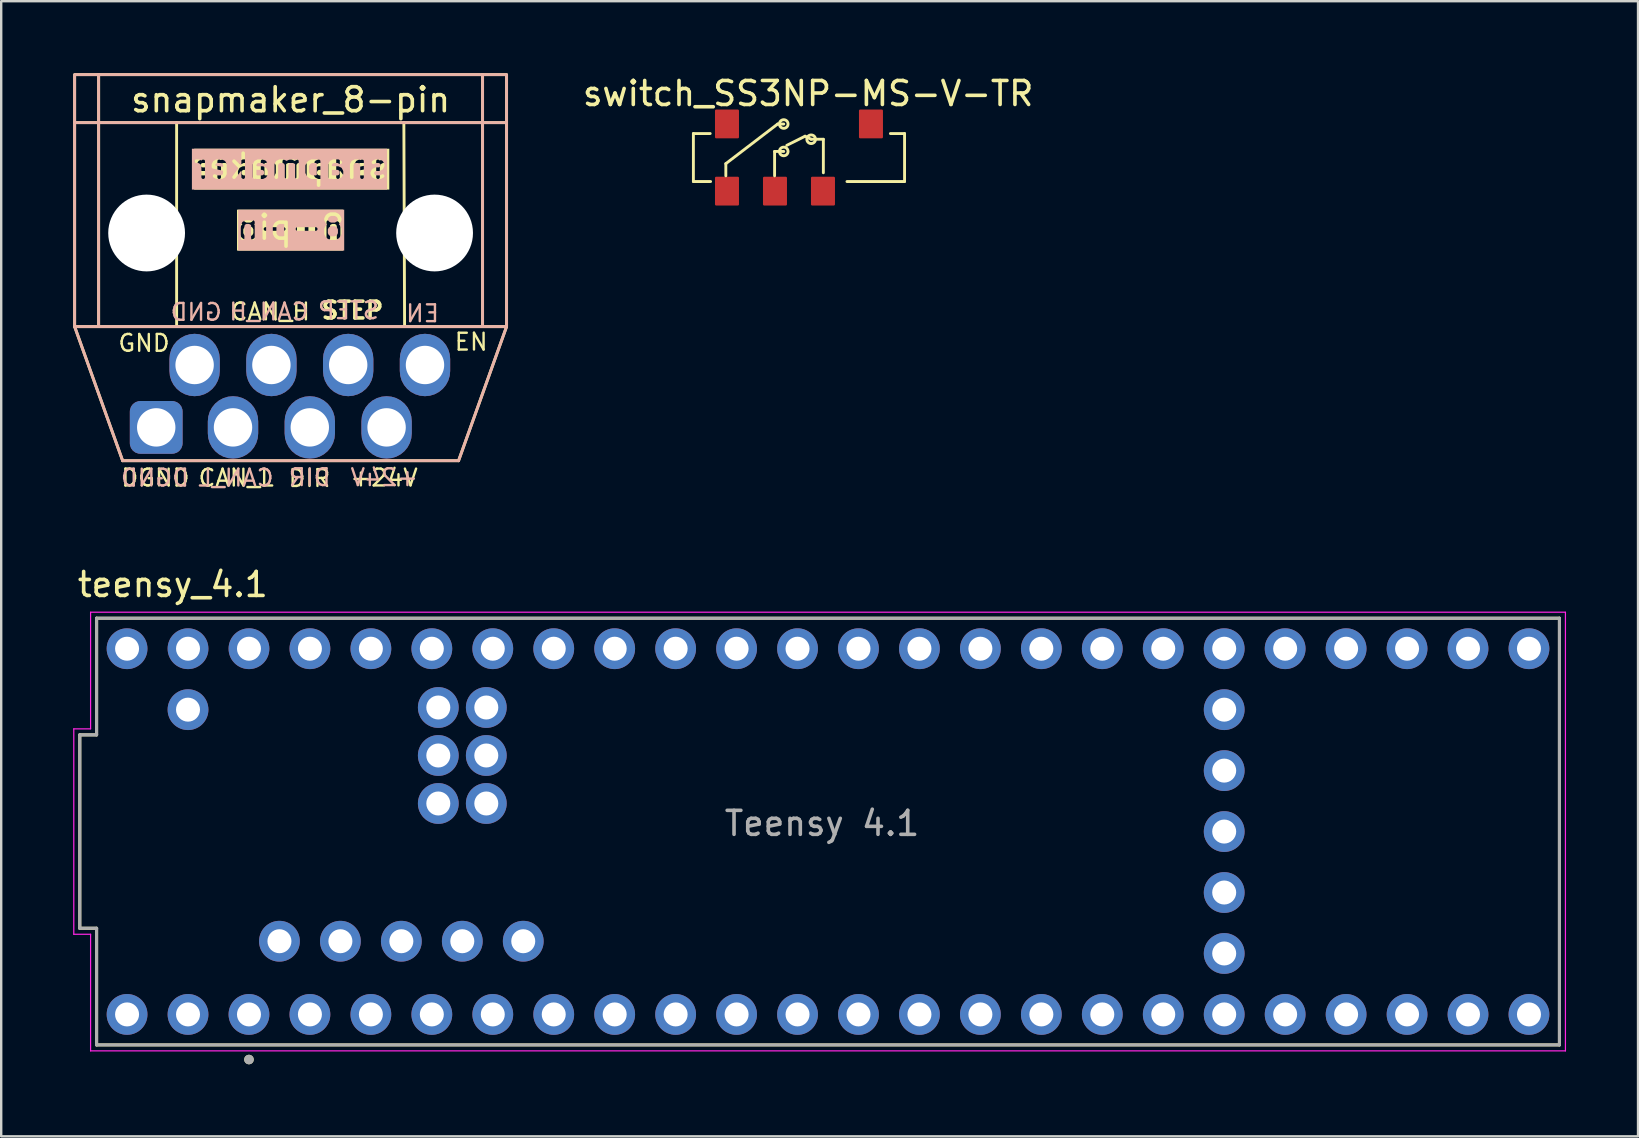
<source format=kicad_pcb>
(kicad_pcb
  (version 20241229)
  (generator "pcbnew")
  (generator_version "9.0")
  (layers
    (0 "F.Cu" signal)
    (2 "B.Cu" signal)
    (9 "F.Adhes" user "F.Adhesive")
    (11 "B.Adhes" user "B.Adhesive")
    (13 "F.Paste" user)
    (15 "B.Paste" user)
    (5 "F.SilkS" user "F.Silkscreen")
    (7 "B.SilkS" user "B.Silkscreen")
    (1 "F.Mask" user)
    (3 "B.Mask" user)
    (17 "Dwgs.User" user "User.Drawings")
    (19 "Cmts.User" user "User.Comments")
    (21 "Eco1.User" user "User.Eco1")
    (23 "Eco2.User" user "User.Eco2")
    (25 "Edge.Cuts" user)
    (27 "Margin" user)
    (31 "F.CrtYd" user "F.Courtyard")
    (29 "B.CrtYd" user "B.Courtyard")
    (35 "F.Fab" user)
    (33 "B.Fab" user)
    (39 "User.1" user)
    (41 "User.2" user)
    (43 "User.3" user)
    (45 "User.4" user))
  (footprint "switch_SS3NP-MS-V-TR"
    (layer "F.Cu")
    (at 30.245 3.515)
    (property "Reference" "switch_SS3NP-MS-V-TR" (at 0.381 -2.667 0) (unlocked yes) (layer "F.SilkS") (effects (font (size 1 1) (thickness 0.15))))
    (attr smd)
    (fp_line (start -4.4 -1) (end -4.4 1) (stroke (width 0.12) (type default)) (layer "F.SilkS"))
    (fp_line (start -4.4 1) (end -3.683 1) (stroke (width 0.12) (type default)) (layer "F.SilkS"))
    (fp_line (start -3.7 -1) (end -4.4 -1) (stroke (width 0.12) (type default)) (layer "F.SilkS"))
    (fp_line (start -3.048 0.254) (end -0.889 -1.397) (stroke (width 0.12) (type default)) (layer "F.SilkS"))
    (fp_line (start -3.048 0.762) (end -3.048 0.254) (stroke (width 0.12) (type default)) (layer "F.SilkS"))
    (fp_line (start -1.016 -0.254) (end -0.635 -0.254) (stroke (width 0.12) (type default)) (layer "F.SilkS"))
    (fp_line (start -1.016 0.762) (end -1.016 -0.254) (stroke (width 0.12) (type default)) (layer "F.SilkS"))
    (fp_line (start -0.889 -1.397) (end -0.635 -1.397) (stroke (width 0.12) (type default)) (layer "F.SilkS"))
    (fp_line (start 0.254 -0.889) (end -0.508 -0.508) (stroke (width 0.12) (type default)) (layer "F.SilkS"))
    (fp_line (start 0.254 -0.889) (end 0.508 -0.762) (stroke (width 0.12) (type default)) (layer "F.SilkS"))
    (fp_line (start 0.508 -0.762) (end 1.016 -0.762) (stroke (width 0.12) (type default)) (layer "F.SilkS"))
    (fp_line (start 1.016 -0.762) (end 1.016 0.635) (stroke (width 0.12) (type default)) (layer "F.SilkS"))
    (fp_line (start 3.81 -1) (end 4.4 -1) (stroke (width 0.12) (type default)) (layer "F.SilkS"))
    (fp_line (start 4.4 -1) (end 4.4 1) (stroke (width 0.12) (type default)) (layer "F.SilkS"))
    (fp_line (start 4.4 1) (end 2 1) (stroke (width 0.12) (type default)) (layer "F.SilkS"))
    (fp_circle (center -0.635 -1.397) (end -0.508 -1.27) (stroke (width 0.12) (type default)) (fill no) (layer "F.SilkS"))
    (fp_circle (center -0.635 -0.254) (end -0.508 -0.127) (stroke (width 0.12) (type default)) (fill no) (layer "F.SilkS"))
    (fp_circle (center 0.508 -0.762) (end 0.635 -0.635) (stroke (width 0.12) (type default)) (fill no) (layer "F.SilkS"))
    (pad "1" smd roundrect (at -3 -1.4) (size 1 1.2) (layers "F.Cu" "F.Mask" "F.Paste") (roundrect_rratio 0.05))
    (pad "1" smd roundrect (at -3 1.4) (size 1 1.2) (layers "F.Cu" "F.Mask" "F.Paste") (roundrect_rratio 0.05))
    (pad "2" smd roundrect (at 1 1.4) (size 1 1.2) (layers "F.Cu" "F.Mask" "F.Paste") (roundrect_rratio 0.05))
    (pad "2" smd roundrect (at 3 -1.4) (size 1 1.2) (layers "F.Cu" "F.Mask" "F.Paste") (roundrect_rratio 0.05))
    (pad "3" smd roundrect (at -1 1.4) (size 1 1.2) (layers "F.Cu" "F.Mask" "F.Paste") (roundrect_rratio 0.05)))
  (footprint "snapmaker_8-pin"
    (layer "F.Cu")
    (at 9.06 10.56)
    (property "Reference" "snapmaker_8-pin" (at 0 -9.452 0) (unlocked yes) (layer "F.SilkS") (effects (font (size 1 1) (thickness 0.15))))
    (attr smd)
    (fp_line (start -9 -8.5) (end 9 -8.5) (stroke (width 0.12) (type default)) (layer "F.SilkS"))
    (fp_line (start -9 0) (end -7 5.588) (stroke (width 0.12) (type default)) (layer "F.SilkS"))
    (fp_line (start -8 -10.5) (end -8 0) (stroke (width 0.12) (type default)) (layer "F.SilkS"))
    (fp_line (start -7 5.588) (end 7 5.588) (stroke (width 0.12) (type default)) (layer "F.SilkS"))
    (fp_line (start -4.75 -8.5) (end -4.75 0) (stroke (width 0.12) (type default)) (layer "F.SilkS"))
    (fp_line (start 4.72 -8.5) (end 4.75 0) (stroke (width 0.12) (type default)) (layer "F.SilkS"))
    (fp_line (start 7 5.588) (end 9 0) (stroke (width 0.12) (type default)) (layer "F.SilkS"))
    (fp_line (start 8 -10.5) (end 8 0) (stroke (width 0.12) (type default)) (layer "F.SilkS"))
    (fp_rect (start -9 -10.5) (end 9 0) (stroke (width 0.12) (type default)) (fill no) (layer "F.SilkS"))
    (fp_line (start -8 -10.5) (end -8 0) (stroke (width 0.12) (type default)) (layer "B.SilkS"))
    (fp_line (start -7 5.588) (end -9 0) (stroke (width 0.12) (type default)) (layer "B.SilkS"))
    (fp_line (start 7 5.588) (end -7 5.588) (stroke (width 0.12) (type default)) (layer "B.SilkS"))
    (fp_line (start 8 -10.5) (end 8 0) (stroke (width 0.12) (type default)) (layer "B.SilkS"))
    (fp_line (start 9 -8.5) (end -9 -8.5) (stroke (width 0.12) (type default)) (layer "B.SilkS"))
    (fp_line (start 9 0) (end 7 5.588) (stroke (width 0.12) (type default)) (layer "B.SilkS"))
    (fp_rect (start 9 -10.5) (end -9 0) (stroke (width 0.12) (type default)) (fill no) (layer "B.SilkS"))
    (fp_text user "8-pin" (at 0 -3.556 0) (unlocked yes) (layer "F.SilkS" knockout) (effects (font (size 1 1) (thickness 0.15)) (justify bottom)))
    (fp_text user "GND" (at -6.109 1.098 0) (unlocked yes) (layer "F.SilkS") (effects (font (size 0.7 0.7) (thickness 0.1)) (justify bottom)))
    (fp_text user "+24V" (at 3.896 6.708 0) (unlocked yes) (layer "F.SilkS") (effects (font (size 0.7 0.7) (thickness 0.1)) (justify bottom)))
    (fp_text user "DGND" (at -5.633 6.709 0) (unlocked yes) (layer "F.SilkS") (effects (font (size 0.7 0.7) (thickness 0.1)) (justify bottom)))
    (fp_text user "STEP" (at 1.213 -0.267 0) (unlocked yes) (layer "F.SilkS") (effects (font (size 0.7 0.7) (thickness 0.15)) (justify left bottom)))
    (fp_text user "CAN_H" (at -2.562 -0.212 0) (unlocked yes) (layer "F.SilkS") (effects (font (size 0.7 0.7) (thickness 0.1)) (justify left bottom)))
    (fp_text user "CAN_L" (at -2.268 6.712 0) (unlocked yes) (layer "F.SilkS") (effects (font (size 0.7 0.7) (thickness 0.1)) (justify bottom)))
    (fp_text user "snapmaker" (at 0 -6.096 0) (unlocked yes) (layer "F.SilkS" knockout) (effects (font (size 1 1) (thickness 0.15)) (justify bottom)))
    (fp_text user "EN" (at 6.776 1.046 0) (unlocked yes) (layer "F.SilkS") (effects (font (size 0.7 0.7) (thickness 0.1)) (justify left bottom)))
    (fp_text user "DIR" (at 0.786 6.73 0) (unlocked yes) (layer "F.SilkS") (effects (font (size 0.7 0.7) (thickness 0.1)) (justify bottom)))
    (fp_text user "8-pin" (at 0 -3.556 0) (unlocked yes) (layer "B.SilkS" knockout) (effects (font (size 1 1) (thickness 0.15)) (justify bottom mirror)))
    (fp_text user "CAN_L" (at -2.279 6.711 0) (unlocked yes) (layer "B.SilkS") (effects (font (size 0.7 0.7) (thickness 0.1)) (justify bottom mirror)))
    (fp_text user "GND" (at -3.933 -0.194 0) (unlocked yes) (layer "B.SilkS") (effects (font (size 0.7 0.7) (thickness 0.1)) (justify bottom mirror)))
    (fp_text user "DIR" (at 0.795 6.694 0) (unlocked yes) (layer "B.SilkS") (effects (font (size 0.7 0.7) (thickness 0.1)) (justify bottom mirror)))
    (fp_text user "STEP" (at 2.408 -0.263 0) (unlocked yes) (layer "B.SilkS") (effects (font (size 0.7 0.7) (thickness 0.1)) (justify bottom mirror)))
    (fp_text user "+24V" (at 3.902 6.694 0) (unlocked yes) (layer "B.SilkS") (effects (font (size 0.7 0.7) (thickness 0.1)) (justify bottom mirror)))
    (fp_text user "EN" (at 6.248 -0.138 0) (unlocked yes) (layer "B.SilkS") (effects (font (size 0.7 0.7) (thickness 0.1)) (justify left bottom mirror)))
    (fp_text user "snapmaker" (at 0 -6.096 0) (unlocked yes) (layer "B.SilkS" knockout) (effects (font (size 1 1) (thickness 0.15)) (justify bottom mirror)))
    (fp_text user "DGND" (at -5.653 6.711 0) (unlocked yes) (layer "B.SilkS") (effects (font (size 0.7 0.7) (thickness 0.1)) (justify bottom mirror)))
    (fp_text user "CAN_H" (at -0.904 -0.21 0) (unlocked yes) (layer "B.SilkS") (effects (font (size 0.7 0.7) (thickness 0.1)) (justify bottom mirror)))
    (pad "" np_thru_hole circle (at -6 -3.9) (size 3.2 3.2) (drill 3.2) (layers "*.Cu" "*.Mask"))
    (pad "" np_thru_hole circle (at 6 -3.9) (size 3.2 3.2) (drill 3.2) (layers "*.Cu" "*.Mask"))
    (pad "1" thru_hole roundrect (at -5.6 4.2 270) (size 2.2 2.2) (drill 1.6) (layers "*.Cu" "*.Mask") (roundrect_rratio 0.2))
    (pad "2" thru_hole roundrect (at -4 1.6) (size 2.1 2.6) (drill 1.6) (layers "*.Cu" "*.Mask") (roundrect_rratio 0.5))
    (pad "3" thru_hole roundrect (at -2.4 4.2 180) (size 2.1 2.6) (drill 1.6) (layers "*.Cu" "*.Mask") (roundrect_rratio 0.5))
    (pad "4" thru_hole roundrect (at -0.8 1.6 180) (size 2.1 2.6) (drill 1.6) (layers "*.Cu" "*.Mask") (roundrect_rratio 0.5))
    (pad "5" thru_hole roundrect (at 0.8 4.2 180) (size 2.1 2.6) (drill 1.6) (layers "*.Cu" "*.Mask") (roundrect_rratio 0.5))
    (pad "6" thru_hole roundrect (at 2.4 1.6 180) (size 2.1 2.6) (drill 1.6) (layers "*.Cu" "*.Mask") (roundrect_rratio 0.5))
    (pad "7" thru_hole roundrect (at 4 4.2 180) (size 2.1 2.6) (drill 1.6) (layers "*.Cu" "*.Mask") (roundrect_rratio 0.5))
    (pad "8" thru_hole roundrect (at 5.6 1.6 180) (size 2.1 2.6) (drill 1.6) (layers "*.Cu" "*.Mask") (roundrect_rratio 0.5)))
  (footprint "teensy_4.1"
    (layer "F.Cu")
    (at 31.455 31.603)
    (property "Reference" "teensy_4.1" (at -27.305 -10.295 0) (layer "F.SilkS") (effects (font (size 1 1) (thickness 0.15))))
    (attr through_hole)
    (fp_line (start -31.18 4.03) (end -31.18 -4.03) (stroke (width 0.127) (type solid)) (layer "F.SilkS"))
    (fp_line (start -30.48 -8.89) (end -30.48 -4.03) (stroke (width 0.127) (type solid)) (layer "F.SilkS"))
    (fp_line (start -30.48 -8.89) (end 30.48 -8.89) (stroke (width 0.127) (type solid)) (layer "F.SilkS"))
    (fp_line (start -30.48 -4.03) (end -31.18 -4.03) (stroke (width 0.127) (type solid)) (layer "F.SilkS"))
    (fp_line (start -30.48 4.03) (end -31.18 4.03) (stroke (width 0.127) (type solid)) (layer "F.SilkS"))
    (fp_line (start -30.48 8.89) (end -30.48 4.03) (stroke (width 0.127) (type solid)) (layer "F.SilkS"))
    (fp_line (start 30.48 -8.89) (end 30.48 8.89) (stroke (width 0.127) (type solid)) (layer "F.SilkS"))
    (fp_line (start 30.48 8.89) (end -30.48 8.89) (stroke (width 0.127) (type solid)) (layer "F.SilkS"))
    (fp_circle (center -24.13 9.5) (end -24.03 9.5) (stroke (width 0.2) (type solid)) (fill no) (layer "F.SilkS"))
    (fp_line (start -31.43 4.28) (end -31.43 -4.28) (stroke (width 0.05) (type solid)) (layer "F.CrtYd"))
    (fp_line (start -30.73 -9.14) (end -30.73 -4.28) (stroke (width 0.05) (type solid)) (layer "F.CrtYd"))
    (fp_line (start -30.73 -9.14) (end 30.73 -9.14) (stroke (width 0.05) (type solid)) (layer "F.CrtYd"))
    (fp_line (start -30.73 -4.28) (end -31.43 -4.28) (stroke (width 0.05) (type solid)) (layer "F.CrtYd"))
    (fp_line (start -30.73 4.28) (end -31.43 4.28) (stroke (width 0.05) (type solid)) (layer "F.CrtYd"))
    (fp_line (start -30.73 9.14) (end -30.73 4.28) (stroke (width 0.05) (type solid)) (layer "F.CrtYd"))
    (fp_line (start 30.73 -9.14) (end 30.73 9.14) (stroke (width 0.05) (type solid)) (layer "F.CrtYd"))
    (fp_line (start 30.73 9.14) (end -30.73 9.14) (stroke (width 0.05) (type solid)) (layer "F.CrtYd"))
    (fp_line (start -31.18 4.03) (end -31.18 -4.03) (stroke (width 0.127) (type solid)) (layer "F.Fab"))
    (fp_line (start -30.48 -8.89) (end -30.48 -4.03) (stroke (width 0.127) (type solid)) (layer "F.Fab"))
    (fp_line (start -30.48 -8.89) (end 30.48 -8.89) (stroke (width 0.127) (type solid)) (layer "F.Fab"))
    (fp_line (start -30.48 -4.03) (end -31.18 -4.03) (stroke (width 0.127) (type solid)) (layer "F.Fab"))
    (fp_line (start -30.48 4.03) (end -31.18 4.03) (stroke (width 0.127) (type solid)) (layer "F.Fab"))
    (fp_line (start -30.48 8.89) (end -30.48 4.03) (stroke (width 0.127) (type solid)) (layer "F.Fab"))
    (fp_line (start 30.48 -8.89) (end 30.48 8.89) (stroke (width 0.127) (type solid)) (layer "F.Fab"))
    (fp_line (start 30.48 8.89) (end -30.48 8.89) (stroke (width 0.127) (type solid)) (layer "F.Fab"))
    (fp_circle (center -24.13 9.5) (end -24.03 9.5) (stroke (width 0.2) (type solid)) (fill no) (layer "F.Fab"))
    (fp_text user "Teensy 4.1" (at -0.25 -0.34 0) (layer "F.Fab") (effects (font (size 1 1) (thickness 0.15))))
    (pad "0" thru_hole oval (at -26.67 7.62) (size 1.7 1.7) (drill 1) (layers "*.Cu" "*.Mask"))
    (pad "1" thru_hole oval (at -24.13 7.62) (size 1.7 1.7) (drill 1) (layers "*.Cu" "*.Mask"))
    (pad "2" thru_hole oval (at -21.59 7.62) (size 1.7 1.7) (drill 1) (layers "*.Cu" "*.Mask"))
    (pad "3" thru_hole oval (at -19.05 7.62) (size 1.7 1.7) (drill 1) (layers "*.Cu" "*.Mask"))
    (pad "3.3V_1" thru_hole oval (at 6.35 7.62) (size 1.7 1.7) (drill 1) (layers "*.Cu" "*.Mask"))
    (pad "3.3V_2" thru_hole oval (at -24.13 -7.62) (size 1.7 1.7) (drill 1) (layers "*.Cu" "*.Mask"))
    (pad "3.3V_3" thru_hole oval (at 16.51 2.54) (size 1.7 1.7) (drill 1) (layers "*.Cu" "*.Mask"))
    (pad "4" thru_hole oval (at -16.51 7.62) (size 1.7 1.7) (drill 1) (layers "*.Cu" "*.Mask"))
    (pad "5" thru_hole oval (at -13.97 7.62) (size 1.7 1.7) (drill 1) (layers "*.Cu" "*.Mask"))
    (pad "5V" thru_hole oval (at -22.86 4.57) (size 1.7 1.7) (drill 1) (layers "*.Cu" "*.Mask"))
    (pad "6" thru_hole oval (at -11.43 7.62) (size 1.7 1.7) (drill 1) (layers "*.Cu" "*.Mask"))
    (pad "7" thru_hole oval (at -8.89 7.62) (size 1.7 1.7) (drill 1) (layers "*.Cu" "*.Mask"))
    (pad "8" thru_hole oval (at -6.35 7.62) (size 1.7 1.7) (drill 1) (layers "*.Cu" "*.Mask"))
    (pad "9" thru_hole oval (at -3.81 7.62) (size 1.7 1.7) (drill 1) (layers "*.Cu" "*.Mask"))
    (pad "10" thru_hole oval (at -1.27 7.62) (size 1.7 1.7) (drill 1) (layers "*.Cu" "*.Mask"))
    (pad "11" thru_hole oval (at 1.27 7.62) (size 1.7 1.7) (drill 1) (layers "*.Cu" "*.Mask"))
    (pad "12" thru_hole oval (at 3.81 7.62) (size 1.7 1.7) (drill 1) (layers "*.Cu" "*.Mask"))
    (pad "13" thru_hole oval (at 3.81 -7.62) (size 1.7 1.7) (drill 1) (layers "*.Cu" "*.Mask"))
    (pad "14" thru_hole oval (at 1.27 -7.62) (size 1.7 1.7) (drill 1) (layers "*.Cu" "*.Mask"))
    (pad "15" thru_hole oval (at -1.27 -7.62) (size 1.7 1.7) (drill 1) (layers "*.Cu" "*.Mask"))
    (pad "16" thru_hole oval (at -3.81 -7.62) (size 1.7 1.7) (drill 1) (layers "*.Cu" "*.Mask"))
    (pad "17" thru_hole oval (at -6.35 -7.62) (size 1.7 1.7) (drill 1) (layers "*.Cu" "*.Mask"))
    (pad "18" thru_hole oval (at -8.89 -7.62) (size 1.7 1.7) (drill 1) (layers "*.Cu" "*.Mask"))
    (pad "19" thru_hole oval (at -11.43 -7.62) (size 1.7 1.7) (drill 1) (layers "*.Cu" "*.Mask"))
    (pad "20" thru_hole oval (at -13.97 -7.62) (size 1.7 1.7) (drill 1) (layers "*.Cu" "*.Mask"))
    (pad "21" thru_hole oval (at -16.51 -7.62) (size 1.7 1.7) (drill 1) (layers "*.Cu" "*.Mask"))
    (pad "22" thru_hole oval (at -19.05 -7.62) (size 1.7 1.7) (drill 1) (layers "*.Cu" "*.Mask"))
    (pad "23" thru_hole oval (at -21.59 -7.62) (size 1.7 1.7) (drill 1) (layers "*.Cu" "*.Mask"))
    (pad "24" thru_hole oval (at 8.89 7.62) (size 1.7 1.7) (drill 1) (layers "*.Cu" "*.Mask"))
    (pad "25" thru_hole oval (at 11.43 7.62) (size 1.7 1.7) (drill 1) (layers "*.Cu" "*.Mask"))
    (pad "26" thru_hole oval (at 13.97 7.62) (size 1.7 1.7) (drill 1) (layers "*.Cu" "*.Mask"))
    (pad "27" thru_hole oval (at 16.51 7.62) (size 1.7 1.7) (drill 1) (layers "*.Cu" "*.Mask"))
    (pad "28" thru_hole oval (at 19.05 7.62) (size 1.7 1.7) (drill 1) (layers "*.Cu" "*.Mask"))
    (pad "29" thru_hole oval (at 21.59 7.62) (size 1.7 1.7) (drill 1) (layers "*.Cu" "*.Mask"))
    (pad "30" thru_hole oval (at 24.13 7.62) (size 1.7 1.7) (drill 1) (layers "*.Cu" "*.Mask"))
    (pad "31" thru_hole oval (at 26.67 7.62) (size 1.7 1.7) (drill 1) (layers "*.Cu" "*.Mask"))
    (pad "32" thru_hole oval (at 29.21 7.62) (size 1.7 1.7) (drill 1) (layers "*.Cu" "*.Mask"))
    (pad "33" thru_hole oval (at 29.21 -7.62) (size 1.7 1.7) (drill 1) (layers "*.Cu" "*.Mask"))
    (pad "34" thru_hole oval (at 26.67 -7.62) (size 1.7 1.7) (drill 1) (layers "*.Cu" "*.Mask"))
    (pad "35" thru_hole oval (at 24.13 -7.62) (size 1.7 1.7) (drill 1) (layers "*.Cu" "*.Mask"))
    (pad "36" thru_hole oval (at 21.59 -7.62) (size 1.7 1.7) (drill 1) (layers "*.Cu" "*.Mask"))
    (pad "37" thru_hole oval (at 19.05 -7.62) (size 1.7 1.7) (drill 1) (layers "*.Cu" "*.Mask"))
    (pad "38" thru_hole oval (at 16.51 -7.62) (size 1.7 1.7) (drill 1) (layers "*.Cu" "*.Mask"))
    (pad "39" thru_hole oval (at 13.97 -7.62) (size 1.7 1.7) (drill 1) (layers "*.Cu" "*.Mask"))
    (pad "40" thru_hole oval (at 11.43 -7.62) (size 1.7 1.7) (drill 1) (layers "*.Cu" "*.Mask"))
    (pad "41" thru_hole oval (at 8.89 -7.62) (size 1.7 1.7) (drill 1) (layers "*.Cu" "*.Mask"))
    (pad "D+" thru_hole oval (at -17.78 4.57) (size 1.7 1.7) (drill 1) (layers "*.Cu" "*.Mask"))
    (pad "D-" thru_hole oval (at -20.32 4.57) (size 1.7 1.7) (drill 1) (layers "*.Cu" "*.Mask"))
    (pad "GND1" thru_hole oval (at -29.21 7.62) (size 1.7 1.7) (drill 1) (layers "*.Cu" "*.Mask"))
    (pad "GND2" thru_hole oval (at 6.35 -7.62) (size 1.7 1.7) (drill 1) (layers "*.Cu" "*.Mask"))
    (pad "GND3" thru_hole oval (at -26.67 -7.62) (size 1.7 1.7) (drill 1) (layers "*.Cu" "*.Mask"))
    (pad "GND4" thru_hole oval (at 16.51 0) (size 1.7 1.7) (drill 1) (layers "*.Cu" "*.Mask"))
    (pad "GND5" thru_hole oval (at -14.24 -3.17) (size 1.7 1.7) (drill 1) (layers "*.Cu" "*.Mask"))
    (pad "LED" thru_hole oval (at -16.24 -3.17) (size 1.7 1.7) (drill 1) (layers "*.Cu" "*.Mask"))
    (pad "ON/OFF" thru_hole oval (at 16.51 -5.08) (size 1.7 1.7) (drill 1) (layers "*.Cu" "*.Mask"))
    (pad "PROGRAM" thru_hole oval (at 16.51 -2.54) (size 1.7 1.7) (drill 1) (layers "*.Cu" "*.Mask"))
    (pad "R+" thru_hole oval (at -16.24 -5.17) (size 1.7 1.7) (drill 1) (layers "*.Cu" "*.Mask"))
    (pad "R-" thru_hole oval (at -14.24 -5.17) (size 1.7 1.7) (drill 1) (layers "*.Cu" "*.Mask"))
    (pad "T+" thru_hole oval (at -14.24 -1.17) (size 1.7 1.7) (drill 1) (layers "*.Cu" "*.Mask"))
    (pad "T-" thru_hole oval (at -16.24 -1.17) (size 1.7 1.7) (drill 1) (layers "*.Cu" "*.Mask"))
    (pad "USB_GND1" thru_hole oval (at -15.24 4.57) (size 1.7 1.7) (drill 1) (layers "*.Cu" "*.Mask"))
    (pad "USB_GND2" thru_hole oval (at -12.7 4.57) (size 1.7 1.7) (drill 1) (layers "*.Cu" "*.Mask"))
    (pad "VBAT" thru_hole oval (at 16.51 5.08) (size 1.7 1.7) (drill 1) (layers "*.Cu" "*.Mask"))
    (pad "VIN" thru_hole oval (at -29.21 -7.62) (size 1.7 1.7) (drill 1) (layers "*.Cu" "*.Mask"))
    (pad "VUSB" thru_hole oval (at -26.67 -5.08) (size 1.7 1.7) (drill 1) (layers "*.Cu" "*.Mask")))
  (gr_rect
    (start -3 -3)
    (end 65.21 44.303)
    (stroke (width 0.1) (type default))
    (fill no)
    (layer "Edge.Cuts")))
</source>
